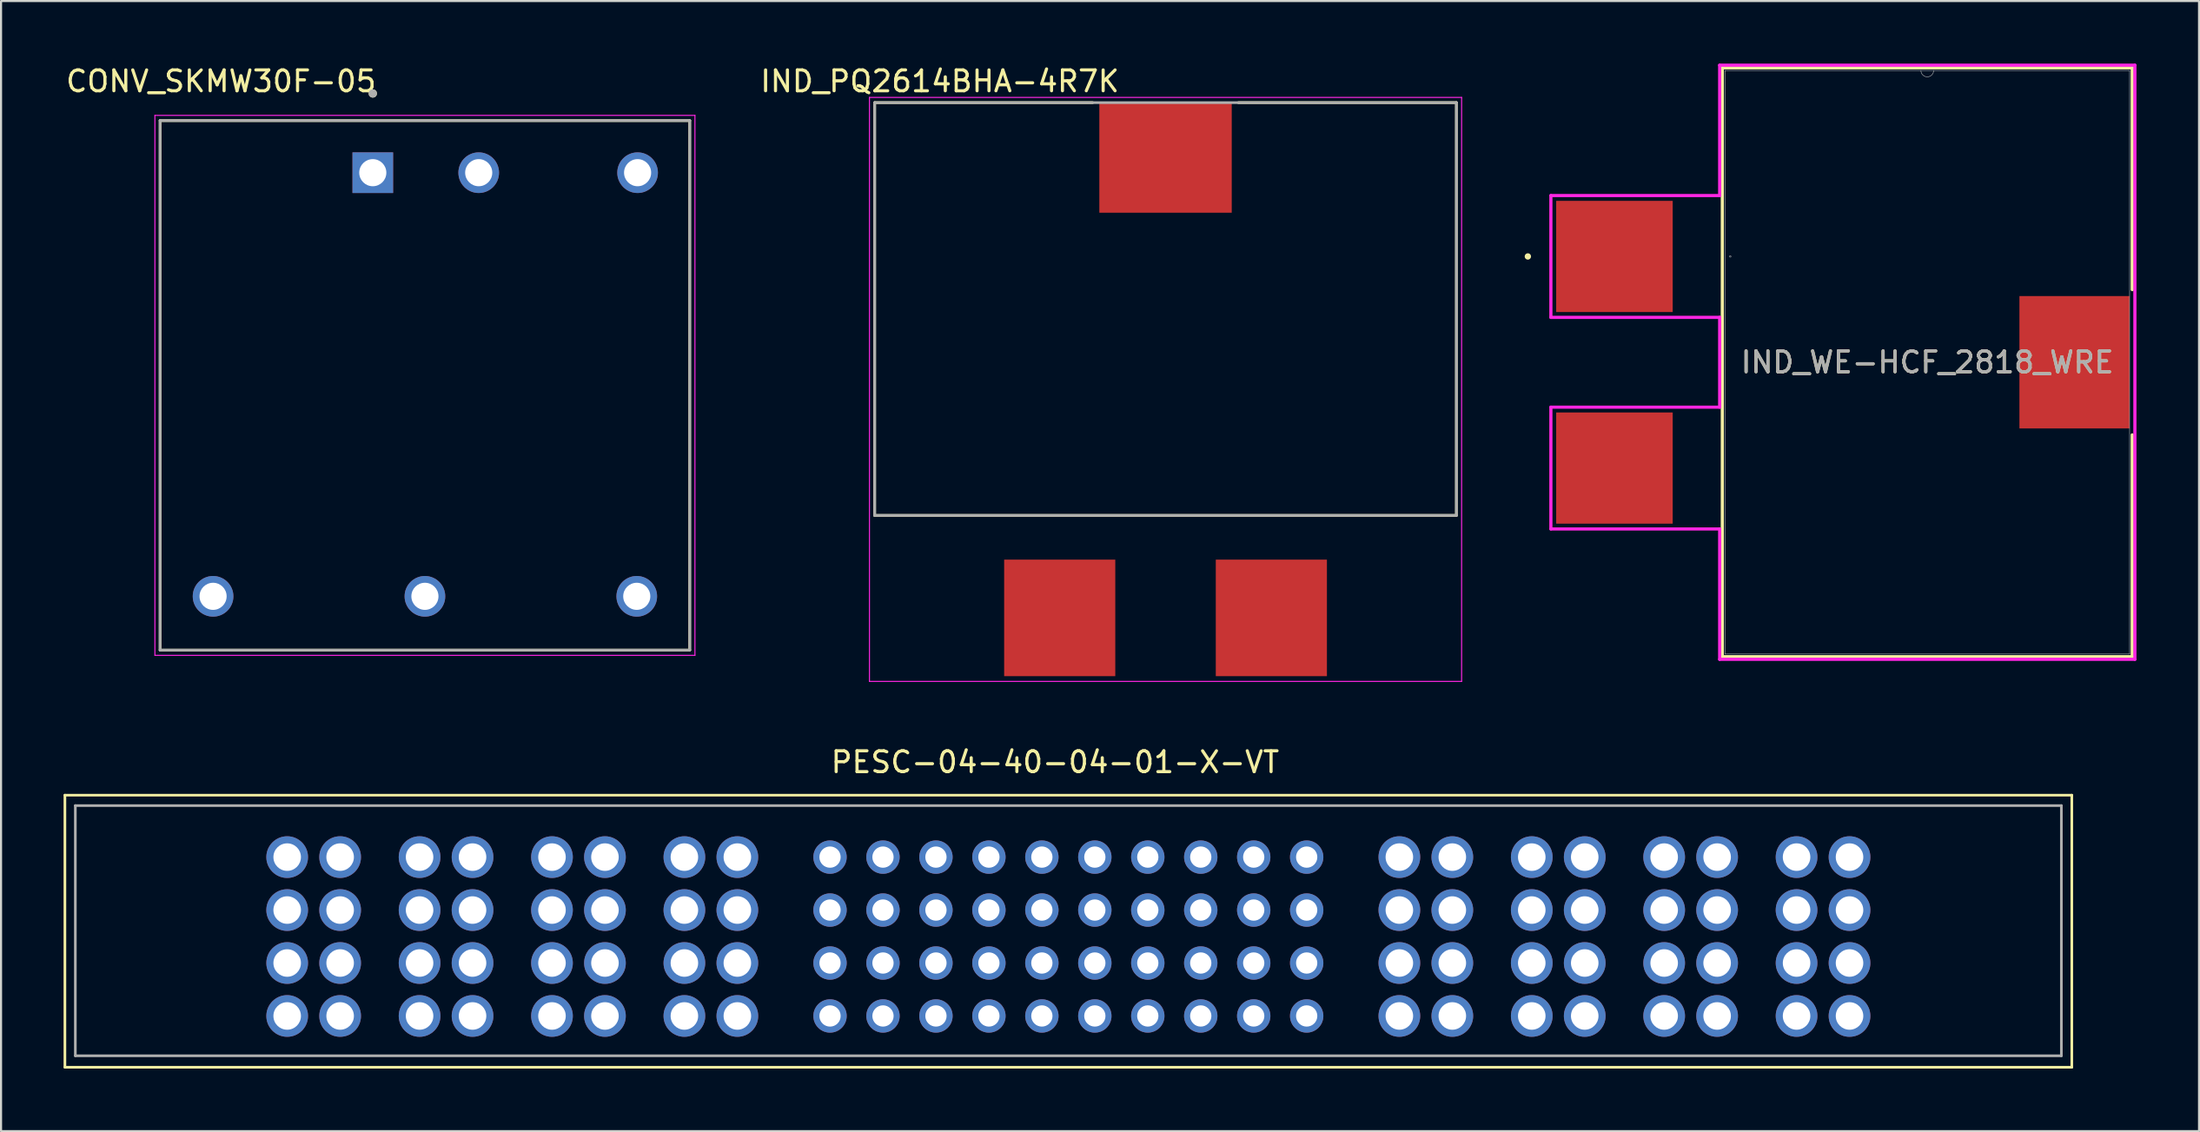
<source format=kicad_pcb>
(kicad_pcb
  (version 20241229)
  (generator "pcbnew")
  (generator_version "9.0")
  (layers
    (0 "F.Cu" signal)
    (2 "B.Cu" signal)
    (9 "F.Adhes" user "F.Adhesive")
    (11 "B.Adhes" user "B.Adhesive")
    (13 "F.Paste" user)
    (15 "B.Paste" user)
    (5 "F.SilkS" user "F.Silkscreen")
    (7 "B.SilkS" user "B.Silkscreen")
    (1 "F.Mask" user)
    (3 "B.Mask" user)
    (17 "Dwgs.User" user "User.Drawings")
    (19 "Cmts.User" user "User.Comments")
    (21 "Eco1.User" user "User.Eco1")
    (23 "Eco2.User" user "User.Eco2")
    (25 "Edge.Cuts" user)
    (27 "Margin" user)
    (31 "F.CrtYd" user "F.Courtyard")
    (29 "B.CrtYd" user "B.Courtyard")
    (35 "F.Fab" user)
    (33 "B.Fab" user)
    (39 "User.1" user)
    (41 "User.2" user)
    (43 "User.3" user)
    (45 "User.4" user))
  (footprint "CONV_SKMW30F-05"
    (layer "F.Cu")
    (at 17.329 15.433)
    (property "Reference" "CONV_SKMW30F-05" (at -9.775 -14.585 0) (layer "F.SilkS") (effects (font (size 1 1) (thickness 0.15))))
    (attr through_hole)
    (fp_line (start -12.7 -12.7) (end -12.7 12.7) (stroke (width 0.127) (type solid)) (layer "F.SilkS"))
    (fp_line (start -12.7 12.7) (end 12.7 12.7) (stroke (width 0.127) (type solid)) (layer "F.SilkS"))
    (fp_line (start 12.7 -12.7) (end -12.7 -12.7) (stroke (width 0.127) (type solid)) (layer "F.SilkS"))
    (fp_line (start 12.7 12.7) (end 12.7 -12.7) (stroke (width 0.127) (type solid)) (layer "F.SilkS"))
    (fp_circle (center -2.5 -14) (end -2.4 -14) (stroke (width 0.2) (type solid)) (fill no) (layer "F.SilkS"))
    (fp_line (start -12.95 -12.95) (end -12.95 12.95) (stroke (width 0.05) (type solid)) (layer "F.CrtYd"))
    (fp_line (start -12.95 12.95) (end 12.95 12.95) (stroke (width 0.05) (type solid)) (layer "F.CrtYd"))
    (fp_line (start 12.95 -12.95) (end -12.95 -12.95) (stroke (width 0.05) (type solid)) (layer "F.CrtYd"))
    (fp_line (start 12.95 12.95) (end 12.95 -12.95) (stroke (width 0.05) (type solid)) (layer "F.CrtYd"))
    (fp_line (start -12.7 -12.7) (end -12.7 12.7) (stroke (width 0.127) (type solid)) (layer "F.Fab"))
    (fp_line (start -12.7 12.7) (end 12.7 12.7) (stroke (width 0.127) (type solid)) (layer "F.Fab"))
    (fp_line (start 12.7 -12.7) (end -12.7 -12.7) (stroke (width 0.127) (type solid)) (layer "F.Fab"))
    (fp_line (start 12.7 12.7) (end 12.7 -12.7) (stroke (width 0.127) (type solid)) (layer "F.Fab"))
    (fp_circle (center -2.5 -14) (end -2.4 -14) (stroke (width 0.2) (type solid)) (fill no) (layer "F.Fab"))
    (pad "1" thru_hole rect (at -2.5 -10.2) (size 1.95 1.95) (drill 1.3) (layers "*.Cu" "*.Mask"))
    (pad "2" thru_hole circle (at 2.58 -10.2) (size 1.95 1.95) (drill 1.3) (layers "*.Cu" "*.Mask"))
    (pad "3" thru_hole circle (at -10.16 10.12) (size 1.95 1.95) (drill 1.3) (layers "*.Cu" "*.Mask"))
    (pad "4" thru_hole circle (at 0 10.12) (size 1.95 1.95) (drill 1.3) (layers "*.Cu" "*.Mask"))
    (pad "5" thru_hole circle (at 10.16 10.12) (size 1.95 1.95) (drill 1.3) (layers "*.Cu" "*.Mask"))
    (pad "6" thru_hole circle (at 10.2 -10.2) (size 1.95 1.95) (drill 1.3) (layers "*.Cu" "*.Mask")))
  (footprint "IND_PQ2614BHA-4R7K"
    (layer "F.Cu")
    (at 52.849 12.233)
    (property "Reference" "IND_PQ2614BHA-4R7K" (at -10.825 -11.385 0) (layer "F.SilkS") (effects (font (size 1 1) (thickness 0.15))))
    (attr smd)
    (fp_line (start -13.95 -10.36) (end -3.495 -10.36) (stroke (width 0.127) (type solid)) (layer "F.SilkS"))
    (fp_line (start -13.95 9.44) (end -13.95 -10.36) (stroke (width 0.127) (type solid)) (layer "F.SilkS"))
    (fp_line (start 3.495 -10.36) (end 13.95 -10.36) (stroke (width 0.127) (type solid)) (layer "F.SilkS"))
    (fp_line (start 13.95 -10.36) (end 13.95 9.44) (stroke (width 0.127) (type solid)) (layer "F.SilkS"))
    (fp_line (start 13.95 9.44) (end -13.95 9.44) (stroke (width 0.127) (type solid)) (layer "F.SilkS"))
    (fp_line (start -14.2 -10.61) (end -14.2 17.4) (stroke (width 0.05) (type solid)) (layer "F.CrtYd"))
    (fp_line (start -14.2 17.4) (end 14.2 17.4) (stroke (width 0.05) (type solid)) (layer "F.CrtYd"))
    (fp_line (start 14.2 -10.61) (end -14.2 -10.61) (stroke (width 0.05) (type solid)) (layer "F.CrtYd"))
    (fp_line (start 14.2 17.4) (end 14.2 -10.61) (stroke (width 0.05) (type solid)) (layer "F.CrtYd"))
    (fp_line (start -13.95 -10.36) (end 13.95 -10.36) (stroke (width 0.127) (type solid)) (layer "F.Fab"))
    (fp_line (start -13.95 9.44) (end -13.95 -10.36) (stroke (width 0.127) (type solid)) (layer "F.Fab"))
    (fp_line (start 13.95 -10.36) (end 13.95 9.44) (stroke (width 0.127) (type solid)) (layer "F.Fab"))
    (fp_line (start 13.95 9.44) (end -13.95 9.44) (stroke (width 0.127) (type solid)) (layer "F.Fab"))
    (pad "1" smd rect (at -5.075 14.355) (size 5.33 5.59) (layers "F.Cu" "F.Mask" "F.Paste"))
    (pad "2" smd rect (at 5.075 14.355) (size 5.33 5.59) (layers "F.Cu" "F.Mask" "F.Paste"))
    (pad "MP" smd rect (at 0 -7.72) (size 6.35 5.28) (layers "F.Cu" "F.Mask" "F.Paste")))
  (footprint "IND_WE-HCF_2818_WRE"
    (layer "F.Cu")
    (at 89.382 14.326)
    (property "Reference" "IND_WE-HCF_2818_WRE" (at 0 0 0) (unlocked yes) (layer "F.SilkS") (effects (font (size 1 1) (thickness 0.15))))
    (attr smd)
    (fp_line (start -9.83 -14.122) (end 9.83 -14.122) (stroke (width 0.152) (type solid)) (layer "F.SilkS"))
    (fp_line (start -9.83 14.122) (end -9.83 -14.122) (stroke (width 0.152) (type solid)) (layer "F.SilkS"))
    (fp_line (start 9.83 -14.122) (end 9.83 -3.483) (stroke (width 0.152) (type solid)) (layer "F.SilkS"))
    (fp_line (start 9.83 3.483) (end 9.83 14.122) (stroke (width 0.152) (type solid)) (layer "F.SilkS"))
    (fp_line (start 9.83 14.122) (end -9.83 14.122) (stroke (width 0.152) (type solid)) (layer "F.SilkS"))
    (fp_circle (center -19.156 -5.075) (end -19.079 -5.075) (stroke (width 0.152) (type solid)) (fill no) (layer "F.SilkS"))
    (fp_line (start -18.052 -7.996) (end -18.052 -2.154) (stroke (width 0.152) (type solid)) (layer "F.CrtYd"))
    (fp_line (start -18.052 -2.154) (end -9.957 -2.154) (stroke (width 0.152) (type solid)) (layer "F.CrtYd"))
    (fp_line (start -18.052 2.154) (end -18.052 7.996) (stroke (width 0.152) (type solid)) (layer "F.CrtYd"))
    (fp_line (start -18.052 7.996) (end -9.957 7.996) (stroke (width 0.152) (type solid)) (layer "F.CrtYd"))
    (fp_line (start -9.957 -14.249) (end -9.957 -7.996) (stroke (width 0.152) (type solid)) (layer "F.CrtYd"))
    (fp_line (start -9.957 -7.996) (end -18.052 -7.996) (stroke (width 0.152) (type solid)) (layer "F.CrtYd"))
    (fp_line (start -9.957 -2.154) (end -9.957 2.154) (stroke (width 0.152) (type solid)) (layer "F.CrtYd"))
    (fp_line (start -9.957 2.154) (end -18.052 2.154) (stroke (width 0.152) (type solid)) (layer "F.CrtYd"))
    (fp_line (start -9.957 7.996) (end -9.957 14.249) (stroke (width 0.152) (type solid)) (layer "F.CrtYd"))
    (fp_line (start -9.957 14.249) (end 9.957 14.249) (stroke (width 0.152) (type solid)) (layer "F.CrtYd"))
    (fp_line (start 9.957 -14.249) (end -9.957 -14.249) (stroke (width 0.152) (type solid)) (layer "F.CrtYd"))
    (fp_line (start 9.957 14.249) (end 9.957 -14.249) (stroke (width 0.152) (type solid)) (layer "F.CrtYd"))
    (fp_line (start -9.703 -13.995) (end -9.703 13.995) (stroke (width 0.025) (type solid)) (layer "F.Fab"))
    (fp_line (start -9.703 13.995) (end 9.703 13.995) (stroke (width 0.025) (type solid)) (layer "F.Fab"))
    (fp_line (start 9.703 -13.995) (end -9.703 -13.995) (stroke (width 0.025) (type solid)) (layer "F.Fab"))
    (fp_line (start 9.703 13.995) (end 9.703 -13.995) (stroke (width 0.025) (type solid)) (layer "F.Fab"))
    (fp_arc (start 0.3048 -13.9954) (mid 0 -13.6906) (end -0.3048 -13.9954) (stroke (width 0.0254) (type solid)) (layer "F.Fab"))
    (fp_circle (center -9.449 -5.075) (end -9.411 -5.075) (stroke (width 0.025) (type solid)) (fill no) (layer "F.Fab"))
    (fp_text user "${REFERENCE}" (at 0 0 0) (unlocked yes) (layer "F.Fab") (effects (font (size 1 1) (thickness 0.15))))
    (pad "1" smd rect (at -15.004 -5.075) (size 5.588 5.334) (layers "F.Cu" "F.Mask" "F.Paste"))
    (pad "2" smd rect (at -15.004 5.075) (size 5.588 5.334) (layers "F.Cu" "F.Mask" "F.Paste"))
    (pad "3" smd rect (at 7.061 0) (size 5.283 6.35) (layers "F.Cu" "F.Mask" "F.Paste")))
  (footprint "PESC-04-40-04-01-X-VT"
    (layer "F.Cu")
    (at 48.188 43.142)
    (property "Reference" "PESC-04-40-04-01-X-VT" (at -0.635 -9.635 0) (layer "F.SilkS") (effects (font (size 1 1) (thickness 0.15))))
    (attr through_hole)
    (fp_line (start -48.125 -8.05) (end 48.125 -8.05) (stroke (width 0.127) (type solid)) (layer "F.SilkS"))
    (fp_line (start -48.125 5) (end -48.125 -8.05) (stroke (width 0.127) (type solid)) (layer "F.SilkS"))
    (fp_line (start 48.125 -8.05) (end 48.125 5) (stroke (width 0.127) (type solid)) (layer "F.SilkS"))
    (fp_line (start 48.125 5) (end -48.125 5) (stroke (width 0.127) (type solid)) (layer "F.SilkS"))
    (fp_line (start -47.625 -7.55) (end 47.625 -7.55) (stroke (width 0.127) (type solid)) (layer "F.Fab"))
    (fp_line (start -47.625 4.45) (end -47.625 -7.55) (stroke (width 0.127) (type solid)) (layer "F.Fab"))
    (fp_line (start 47.625 -7.55) (end 47.625 4.45) (stroke (width 0.127) (type solid)) (layer "F.Fab"))
    (fp_line (start 47.625 4.45) (end -47.625 4.45) (stroke (width 0.127) (type solid)) (layer "F.Fab"))
    (pad "1" thru_hole circle (at 37.465 2.54) (size 2 2) (drill 1.32) (layers "*.Cu" "*.Mask"))
    (pad "2" thru_hole circle (at 37.465 0) (size 2 2) (drill 1.32) (layers "*.Cu" "*.Mask"))
    (pad "3" thru_hole circle (at 37.465 -2.54) (size 2 2) (drill 1.32) (layers "*.Cu" "*.Mask"))
    (pad "4" thru_hole circle (at 37.465 -5.08) (size 2 2) (drill 1.32) (layers "*.Cu" "*.Mask"))
    (pad "5" thru_hole circle (at 34.925 2.54) (size 2 2) (drill 1.32) (layers "*.Cu" "*.Mask"))
    (pad "6" thru_hole circle (at 34.925 0) (size 2 2) (drill 1.32) (layers "*.Cu" "*.Mask"))
    (pad "7" thru_hole circle (at 34.925 -2.54) (size 2 2) (drill 1.32) (layers "*.Cu" "*.Mask"))
    (pad "8" thru_hole circle (at 34.925 -5.08) (size 2 2) (drill 1.32) (layers "*.Cu" "*.Mask"))
    (pad "9" thru_hole circle (at 31.115 2.54) (size 2 2) (drill 1.32) (layers "*.Cu" "*.Mask"))
    (pad "10" thru_hole circle (at 31.115 0) (size 2 2) (drill 1.32) (layers "*.Cu" "*.Mask"))
    (pad "11" thru_hole circle (at 31.115 -2.54) (size 2 2) (drill 1.32) (layers "*.Cu" "*.Mask"))
    (pad "12" thru_hole circle (at 31.115 -5.08) (size 2 2) (drill 1.32) (layers "*.Cu" "*.Mask"))
    (pad "13" thru_hole circle (at 28.575 2.54) (size 2 2) (drill 1.32) (layers "*.Cu" "*.Mask"))
    (pad "14" thru_hole circle (at 28.575 0) (size 2 2) (drill 1.32) (layers "*.Cu" "*.Mask"))
    (pad "15" thru_hole circle (at 28.575 -2.54) (size 2 2) (drill 1.32) (layers "*.Cu" "*.Mask"))
    (pad "16" thru_hole circle (at 28.575 -5.08) (size 2 2) (drill 1.32) (layers "*.Cu" "*.Mask"))
    (pad "17" thru_hole circle (at 24.765 2.54) (size 2 2) (drill 1.32) (layers "*.Cu" "*.Mask"))
    (pad "18" thru_hole circle (at 24.765 0) (size 2 2) (drill 1.32) (layers "*.Cu" "*.Mask"))
    (pad "19" thru_hole circle (at 24.765 -2.54) (size 2 2) (drill 1.32) (layers "*.Cu" "*.Mask"))
    (pad "20" thru_hole circle (at 24.765 -5.08) (size 2 2) (drill 1.32) (layers "*.Cu" "*.Mask"))
    (pad "21" thru_hole circle (at 22.225 2.54) (size 2 2) (drill 1.32) (layers "*.Cu" "*.Mask"))
    (pad "22" thru_hole circle (at 22.225 0) (size 2 2) (drill 1.32) (layers "*.Cu" "*.Mask"))
    (pad "23" thru_hole circle (at 22.225 -2.54) (size 2 2) (drill 1.32) (layers "*.Cu" "*.Mask"))
    (pad "24" thru_hole circle (at 22.225 -5.08) (size 2 2) (drill 1.32) (layers "*.Cu" "*.Mask"))
    (pad "25" thru_hole circle (at 18.415 2.54) (size 2 2) (drill 1.32) (layers "*.Cu" "*.Mask"))
    (pad "26" thru_hole circle (at 18.415 0) (size 2 2) (drill 1.32) (layers "*.Cu" "*.Mask"))
    (pad "27" thru_hole circle (at 18.415 -2.54) (size 2 2) (drill 1.32) (layers "*.Cu" "*.Mask"))
    (pad "28" thru_hole circle (at 18.415 -5.08) (size 2 2) (drill 1.32) (layers "*.Cu" "*.Mask"))
    (pad "29" thru_hole circle (at 15.875 2.54) (size 2 2) (drill 1.32) (layers "*.Cu" "*.Mask"))
    (pad "30" thru_hole circle (at 15.875 0) (size 2 2) (drill 1.32) (layers "*.Cu" "*.Mask"))
    (pad "31" thru_hole circle (at 15.875 -2.54) (size 2 2) (drill 1.32) (layers "*.Cu" "*.Mask"))
    (pad "32" thru_hole circle (at 15.875 -5.08) (size 2 2) (drill 1.32) (layers "*.Cu" "*.Mask"))
    (pad "33" thru_hole circle (at -15.875 2.54) (size 2 2) (drill 1.32) (layers "*.Cu" "*.Mask"))
    (pad "34" thru_hole circle (at -15.875 0) (size 2 2) (drill 1.32) (layers "*.Cu" "*.Mask"))
    (pad "35" thru_hole circle (at -15.875 -2.54) (size 2 2) (drill 1.32) (layers "*.Cu" "*.Mask"))
    (pad "36" thru_hole circle (at -15.875 -5.08) (size 2 2) (drill 1.32) (layers "*.Cu" "*.Mask"))
    (pad "37" thru_hole circle (at -18.415 2.54) (size 2 2) (drill 1.32) (layers "*.Cu" "*.Mask"))
    (pad "38" thru_hole circle (at -18.415 0) (size 2 2) (drill 1.32) (layers "*.Cu" "*.Mask"))
    (pad "39" thru_hole circle (at -18.415 -2.54) (size 2 2) (drill 1.32) (layers "*.Cu" "*.Mask"))
    (pad "40" thru_hole circle (at -18.415 -5.08) (size 2 2) (drill 1.32) (layers "*.Cu" "*.Mask"))
    (pad "41" thru_hole circle (at -22.225 2.54) (size 2 2) (drill 1.32) (layers "*.Cu" "*.Mask"))
    (pad "42" thru_hole circle (at -22.225 0) (size 2 2) (drill 1.32) (layers "*.Cu" "*.Mask"))
    (pad "43" thru_hole circle (at -22.225 -2.54) (size 2 2) (drill 1.32) (layers "*.Cu" "*.Mask"))
    (pad "44" thru_hole circle (at -22.225 -5.08) (size 2 2) (drill 1.32) (layers "*.Cu" "*.Mask"))
    (pad "45" thru_hole circle (at -24.765 2.54) (size 2 2) (drill 1.32) (layers "*.Cu" "*.Mask"))
    (pad "46" thru_hole circle (at -24.765 0) (size 2 2) (drill 1.32) (layers "*.Cu" "*.Mask"))
    (pad "47" thru_hole circle (at -24.765 -2.54) (size 2 2) (drill 1.32) (layers "*.Cu" "*.Mask"))
    (pad "48" thru_hole circle (at -24.765 -5.08) (size 2 2) (drill 1.32) (layers "*.Cu" "*.Mask"))
    (pad "49" thru_hole circle (at -28.575 2.54) (size 2 2) (drill 1.32) (layers "*.Cu" "*.Mask"))
    (pad "50" thru_hole circle (at -28.575 0) (size 2 2) (drill 1.32) (layers "*.Cu" "*.Mask"))
    (pad "51" thru_hole circle (at -28.575 -2.54) (size 2 2) (drill 1.32) (layers "*.Cu" "*.Mask"))
    (pad "52" thru_hole circle (at -28.575 -5.08) (size 2 2) (drill 1.32) (layers "*.Cu" "*.Mask"))
    (pad "53" thru_hole circle (at -31.115 2.54) (size 2 2) (drill 1.32) (layers "*.Cu" "*.Mask"))
    (pad "54" thru_hole circle (at -31.115 0) (size 2 2) (drill 1.32) (layers "*.Cu" "*.Mask"))
    (pad "55" thru_hole circle (at -31.115 -2.54) (size 2 2) (drill 1.32) (layers "*.Cu" "*.Mask"))
    (pad "56" thru_hole circle (at -31.115 -5.08) (size 2 2) (drill 1.32) (layers "*.Cu" "*.Mask"))
    (pad "57" thru_hole circle (at -34.925 2.54) (size 2 2) (drill 1.32) (layers "*.Cu" "*.Mask"))
    (pad "58" thru_hole circle (at -34.925 0) (size 2 2) (drill 1.32) (layers "*.Cu" "*.Mask"))
    (pad "59" thru_hole circle (at -34.925 -2.54) (size 2 2) (drill 1.32) (layers "*.Cu" "*.Mask"))
    (pad "60" thru_hole circle (at -34.925 -5.08) (size 2 2) (drill 1.32) (layers "*.Cu" "*.Mask"))
    (pad "61" thru_hole circle (at -37.465 2.54) (size 2 2) (drill 1.32) (layers "*.Cu" "*.Mask"))
    (pad "62" thru_hole circle (at -37.465 0) (size 2 2) (drill 1.32) (layers "*.Cu" "*.Mask"))
    (pad "63" thru_hole circle (at -37.465 -2.54) (size 2 2) (drill 1.32) (layers "*.Cu" "*.Mask"))
    (pad "64" thru_hole circle (at -37.465 -5.08) (size 2 2) (drill 1.32) (layers "*.Cu" "*.Mask"))
    (pad "A1" thru_hole circle (at 11.43 2.54) (size 1.6 1.6) (drill 1.02) (layers "*.Cu" "*.Mask"))
    (pad "A2" thru_hole circle (at 8.89 2.54) (size 1.6 1.6) (drill 1.02) (layers "*.Cu" "*.Mask"))
    (pad "A3" thru_hole circle (at 6.35 2.54) (size 1.6 1.6) (drill 1.02) (layers "*.Cu" "*.Mask"))
    (pad "A4" thru_hole circle (at 3.81 2.54) (size 1.6 1.6) (drill 1.02) (layers "*.Cu" "*.Mask"))
    (pad "A5" thru_hole circle (at 1.27 2.54) (size 1.6 1.6) (drill 1.02) (layers "*.Cu" "*.Mask"))
    (pad "A6" thru_hole circle (at -1.27 2.54) (size 1.6 1.6) (drill 1.02) (layers "*.Cu" "*.Mask"))
    (pad "A7" thru_hole circle (at -3.81 2.54) (size 1.6 1.6) (drill 1.02) (layers "*.Cu" "*.Mask"))
    (pad "A8" thru_hole circle (at -6.35 2.54) (size 1.6 1.6) (drill 1.02) (layers "*.Cu" "*.Mask"))
    (pad "A9" thru_hole circle (at -8.89 2.54) (size 1.6 1.6) (drill 1.02) (layers "*.Cu" "*.Mask"))
    (pad "A10" thru_hole circle (at -11.43 2.54) (size 1.6 1.6) (drill 1.02) (layers "*.Cu" "*.Mask"))
    (pad "B1" thru_hole circle (at 11.43 0) (size 1.6 1.6) (drill 1.02) (layers "*.Cu" "*.Mask"))
    (pad "B2" thru_hole circle (at 8.89 0) (size 1.6 1.6) (drill 1.02) (layers "*.Cu" "*.Mask"))
    (pad "B3" thru_hole circle (at 6.35 0) (size 1.6 1.6) (drill 1.02) (layers "*.Cu" "*.Mask"))
    (pad "B4" thru_hole circle (at 3.81 0) (size 1.6 1.6) (drill 1.02) (layers "*.Cu" "*.Mask"))
    (pad "B5" thru_hole circle (at 1.27 0) (size 1.6 1.6) (drill 1.02) (layers "*.Cu" "*.Mask"))
    (pad "B6" thru_hole circle (at -1.27 0) (size 1.6 1.6) (drill 1.02) (layers "*.Cu" "*.Mask"))
    (pad "B7" thru_hole circle (at -3.81 0) (size 1.6 1.6) (drill 1.02) (layers "*.Cu" "*.Mask"))
    (pad "B8" thru_hole circle (at -6.35 0) (size 1.6 1.6) (drill 1.02) (layers "*.Cu" "*.Mask"))
    (pad "B9" thru_hole circle (at -8.89 0) (size 1.6 1.6) (drill 1.02) (layers "*.Cu" "*.Mask"))
    (pad "B10" thru_hole circle (at -11.43 0) (size 1.6 1.6) (drill 1.02) (layers "*.Cu" "*.Mask"))
    (pad "C1" thru_hole circle (at 11.43 -2.54) (size 1.6 1.6) (drill 1.02) (layers "*.Cu" "*.Mask"))
    (pad "C2" thru_hole circle (at 8.89 -2.54) (size 1.6 1.6) (drill 1.02) (layers "*.Cu" "*.Mask"))
    (pad "C3" thru_hole circle (at 6.35 -2.54) (size 1.6 1.6) (drill 1.02) (layers "*.Cu" "*.Mask"))
    (pad "C4" thru_hole circle (at 3.81 -2.54) (size 1.6 1.6) (drill 1.02) (layers "*.Cu" "*.Mask"))
    (pad "C5" thru_hole circle (at 1.27 -2.54) (size 1.6 1.6) (drill 1.02) (layers "*.Cu" "*.Mask"))
    (pad "C6" thru_hole circle (at -1.27 -2.54) (size 1.6 1.6) (drill 1.02) (layers "*.Cu" "*.Mask"))
    (pad "C7" thru_hole circle (at -3.81 -2.54) (size 1.6 1.6) (drill 1.02) (layers "*.Cu" "*.Mask"))
    (pad "C8" thru_hole circle (at -6.35 -2.54) (size 1.6 1.6) (drill 1.02) (layers "*.Cu" "*.Mask"))
    (pad "C9" thru_hole circle (at -8.89 -2.54) (size 1.6 1.6) (drill 1.02) (layers "*.Cu" "*.Mask"))
    (pad "C10" thru_hole circle (at -11.43 -2.54) (size 1.6 1.6) (drill 1.02) (layers "*.Cu" "*.Mask"))
    (pad "D1" thru_hole circle (at 11.43 -5.08) (size 1.6 1.6) (drill 1.02) (layers "*.Cu" "*.Mask"))
    (pad "D2" thru_hole circle (at 8.89 -5.08) (size 1.6 1.6) (drill 1.02) (layers "*.Cu" "*.Mask"))
    (pad "D3" thru_hole circle (at 6.35 -5.08) (size 1.6 1.6) (drill 1.02) (layers "*.Cu" "*.Mask"))
    (pad "D4" thru_hole circle (at 3.81 -5.08) (size 1.6 1.6) (drill 1.02) (layers "*.Cu" "*.Mask"))
    (pad "D5" thru_hole circle (at 1.27 -5.08) (size 1.6 1.6) (drill 1.02) (layers "*.Cu" "*.Mask"))
    (pad "D6" thru_hole circle (at -1.27 -5.08) (size 1.6 1.6) (drill 1.02) (layers "*.Cu" "*.Mask"))
    (pad "D7" thru_hole circle (at -3.81 -5.08) (size 1.6 1.6) (drill 1.02) (layers "*.Cu" "*.Mask"))
    (pad "D8" thru_hole circle (at -6.35 -5.08) (size 1.6 1.6) (drill 1.02) (layers "*.Cu" "*.Mask"))
    (pad "D9" thru_hole circle (at -8.89 -5.08) (size 1.6 1.6) (drill 1.02) (layers "*.Cu" "*.Mask"))
    (pad "D10" thru_hole circle (at -11.43 -5.08) (size 1.6 1.6) (drill 1.02) (layers "*.Cu" "*.Mask")))
  (gr_rect
    (start -3 -3)
    (end 102.415 51.205)
    (stroke (width 0.1) (type default))
    (fill no)
    (layer "Edge.Cuts")))
</source>
